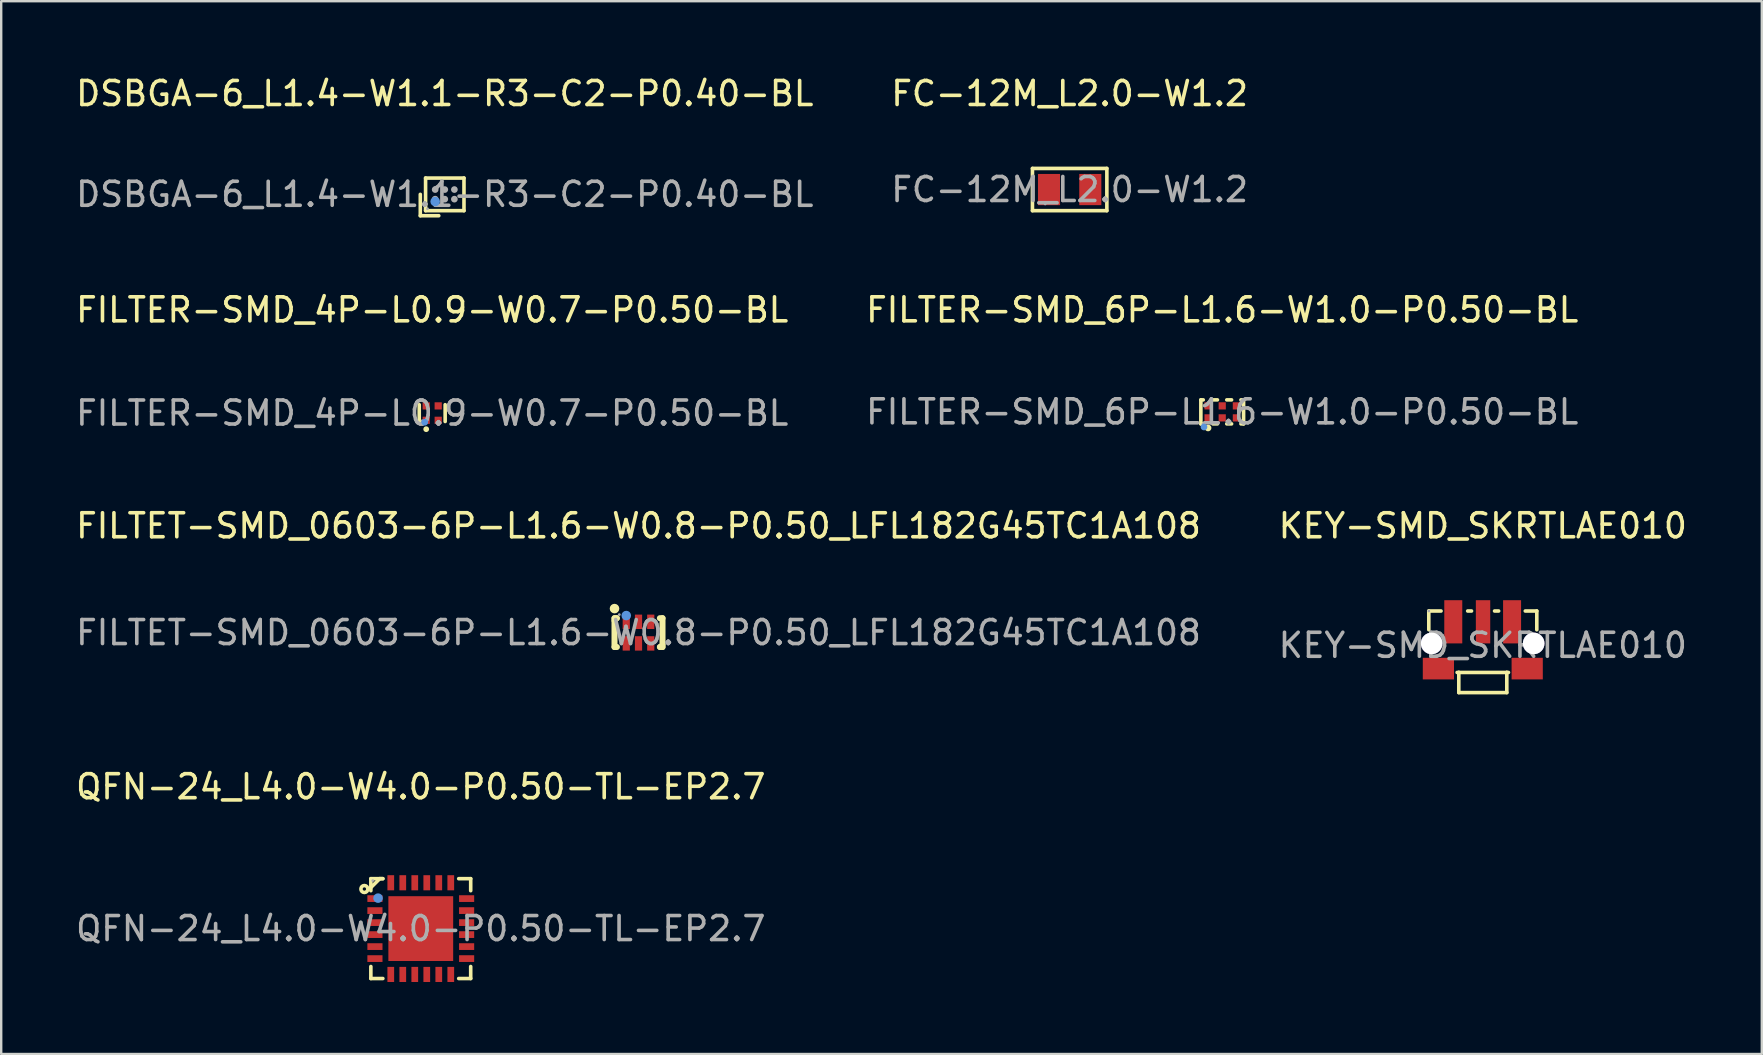
<source format=kicad_pcb>
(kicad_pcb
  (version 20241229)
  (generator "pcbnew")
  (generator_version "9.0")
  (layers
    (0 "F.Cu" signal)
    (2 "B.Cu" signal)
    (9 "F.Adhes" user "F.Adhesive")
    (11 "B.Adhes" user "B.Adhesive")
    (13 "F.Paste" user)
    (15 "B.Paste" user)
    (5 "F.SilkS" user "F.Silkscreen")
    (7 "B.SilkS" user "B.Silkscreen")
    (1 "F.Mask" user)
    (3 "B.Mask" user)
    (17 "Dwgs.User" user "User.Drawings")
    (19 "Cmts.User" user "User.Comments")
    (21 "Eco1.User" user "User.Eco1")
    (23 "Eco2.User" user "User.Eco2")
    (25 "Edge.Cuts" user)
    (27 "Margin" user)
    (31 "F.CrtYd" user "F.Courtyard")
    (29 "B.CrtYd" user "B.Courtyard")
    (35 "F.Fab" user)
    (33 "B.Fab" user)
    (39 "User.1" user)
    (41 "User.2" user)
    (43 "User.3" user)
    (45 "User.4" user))
  (footprint "FILTER-SMD_4P-L0.9-W0.7-P0.50-BL"
    (layer "F.Cu")
    (at 14.958 14.162)
    (property "Reference" "FILTER-SMD_4P-L0.9-W0.7-P0.50-BL" (at 0 -4.3 0) (layer "F.SilkS") (effects (font (size 1 1) (thickness 0.15))))
    (attr smd)
    (fp_line (start -0.54 -0.35) (end -0.54 0.35) (stroke (width 0.15) (type solid)) (layer "F.SilkS"))
    (fp_line (start 0.54 -0.35) (end 0.54 0.35) (stroke (width 0.15) (type solid)) (layer "F.SilkS"))
    (fp_circle (center -0.25 0.67) (end -0.19 0.67) (stroke (width 0.12) (type solid)) (fill no) (layer "F.SilkS"))
    (fp_circle (center -0.31 0.38) (end -0.24 0.38) (stroke (width 0.14) (type solid)) (fill no) (layer "Cmts.User"))
    (fp_circle (center -0.42 0.32) (end -0.39 0.32) (stroke (width 0.06) (type solid)) (fill no) (layer "F.Fab"))
    (fp_text user "${REFERENCE}" (at 0 0 0) (layer "F.Fab") (effects (font (size 1 1) (thickness 0.15))))
    (pad "1" smd rect (at -0.25 0.3 90) (size 0.3 0.3) (layers "F.Cu" "F.Mask" "F.Paste"))
    (pad "2" smd rect (at 0.25 0.3 90) (size 0.3 0.3) (layers "F.Cu" "F.Mask" "F.Paste"))
    (pad "3" smd rect (at 0.25 -0.3 90) (size 0.3 0.3) (layers "F.Cu" "F.Mask" "F.Paste"))
    (pad "4" smd rect (at -0.25 -0.3 90) (size 0.3 0.3) (layers "F.Cu" "F.Mask" "F.Paste")))
  (footprint "FILTER-SMD_6P-L1.6-W1.0-P0.50-BL"
    (layer "F.Cu")
    (at 47.875 14.111)
    (property "Reference" "FILTER-SMD_6P-L1.6-W1.0-P0.50-BL" (at 0 -4.25 0) (layer "F.SilkS") (effects (font (size 1 1) (thickness 0.15))))
    (attr smd)
    (fp_line (start -0.89 -0.5) (end -0.89 0.5) (stroke (width 0.15) (type solid)) (layer "F.SilkS"))
    (fp_line (start -0.89 -0.5) (end -0.79 -0.5) (stroke (width 0.15) (type solid)) (layer "F.SilkS"))
    (fp_line (start -0.89 0.5) (end -0.79 0.5) (stroke (width 0.15) (type solid)) (layer "F.SilkS"))
    (fp_line (start -0.39 -0.5) (end -0.2 -0.5) (stroke (width 0.15) (type solid)) (layer "F.SilkS"))
    (fp_line (start -0.39 0.5) (end -0.2 0.5) (stroke (width 0.15) (type solid)) (layer "F.SilkS"))
    (fp_line (start 0.19 -0.5) (end 0.39 -0.5) (stroke (width 0.15) (type solid)) (layer "F.SilkS"))
    (fp_line (start 0.19 0.5) (end 0.39 0.5) (stroke (width 0.15) (type solid)) (layer "F.SilkS"))
    (fp_line (start 0.78 -0.5) (end 0.89 -0.5) (stroke (width 0.15) (type solid)) (layer "F.SilkS"))
    (fp_line (start 0.78 0.5) (end 0.89 0.5) (stroke (width 0.15) (type solid)) (layer "F.SilkS"))
    (fp_line (start 0.89 -0.5) (end 0.89 0.5) (stroke (width 0.15) (type solid)) (layer "F.SilkS"))
    (fp_circle (center -0.59 0.67) (end -0.52 0.67) (stroke (width 0.14) (type solid)) (fill no) (layer "F.SilkS"))
    (fp_circle (center -0.76 0.63) (end -0.69 0.63) (stroke (width 0.14) (type solid)) (fill no) (layer "Cmts.User"))
    (fp_circle (center -0.8 0.5) (end -0.77 0.5) (stroke (width 0.06) (type solid)) (fill no) (layer "F.Fab"))
    (fp_text user "${REFERENCE}" (at 0 0 0) (layer "F.Fab") (effects (font (size 1 1) (thickness 0.15))))
    (pad "1" smd rect (at -0.59 0.25) (size 0.3 0.3) (layers "F.Cu" "F.Mask" "F.Paste"))
    (pad "2" smd rect (at 0 0.25) (size 0.3 0.3) (layers "F.Cu" "F.Mask" "F.Paste"))
    (pad "3" smd rect (at 0.59 0.25) (size 0.3 0.3) (layers "F.Cu" "F.Mask" "F.Paste"))
    (pad "4" smd rect (at 0.59 -0.25) (size 0.3 0.3) (layers "F.Cu" "F.Mask" "F.Paste"))
    (pad "5" smd rect (at 0 -0.25) (size 0.3 0.3) (layers "F.Cu" "F.Mask" "F.Paste"))
    (pad "6" smd rect (at -0.59 -0.25) (size 0.3 0.3) (layers "F.Cu" "F.Mask" "F.Paste")))
  (footprint "KEY-SMD_SKRTLAE010"
    (layer "F.Cu")
    (at 58.732 23.838)
    (property "Reference" "KEY-SMD_SKRTLAE010" (at 0 -4.98 0) (layer "F.SilkS") (effects (font (size 1 1) (thickness 0.15))))
    (attr smd)
    (fp_line (start -2.25 -1.43) (end -2.25 -0.65) (stroke (width 0.15) (type solid)) (layer "F.SilkS"))
    (fp_line (start -1.74 -1.43) (end -2.25 -1.43) (stroke (width 0.15) (type solid)) (layer "F.SilkS"))
    (fp_line (start -1 1.13) (end -1.07 1.13) (stroke (width 0.15) (type solid)) (layer "F.SilkS"))
    (fp_line (start -1 1.13) (end 1 1.13) (stroke (width 0.15) (type solid)) (layer "F.SilkS"))
    (fp_line (start -1 1.97) (end -1 1.13) (stroke (width 0.15) (type solid)) (layer "F.SilkS"))
    (fp_line (start -0.47 -1.43) (end -0.63 -1.43) (stroke (width 0.15) (type solid)) (layer "F.SilkS"))
    (fp_line (start 0.66 -1.43) (end 0.49 -1.43) (stroke (width 0.15) (type solid)) (layer "F.SilkS"))
    (fp_line (start 1 1.13) (end 1 1.97) (stroke (width 0.15) (type solid)) (layer "F.SilkS"))
    (fp_line (start 1 1.97) (end -1 1.97) (stroke (width 0.15) (type solid)) (layer "F.SilkS"))
    (fp_line (start 1.07 1.13) (end 1 1.13) (stroke (width 0.15) (type solid)) (layer "F.SilkS"))
    (fp_line (start 2.25 -1.43) (end 1.77 -1.43) (stroke (width 0.15) (type solid)) (layer "F.SilkS"))
    (fp_line (start 2.25 -1.43) (end 2.25 -0.65) (stroke (width 0.15) (type solid)) (layer "F.SilkS"))
    (fp_circle (center -2.25 -1.43) (end -2.22 -1.43) (stroke (width 0.06) (type solid)) (fill no) (layer "F.Fab"))
    (fp_text user "${REFERENCE}" (at 0 0 0) (layer "F.Fab") (effects (font (size 1 1) (thickness 0.15))))
    (pad "" thru_hole circle (at -2.13 -0.08) (size 0.9 0.9) (drill 0.9) (layers "*.Cu" "*.Mask"))
    (pad "" thru_hole circle (at 2.12 -0.08) (size 0.9 0.9) (drill 0.9) (layers "*.Cu" "*.Mask"))
    (pad "1" smd rect (at -1.23 -0.98) (size 0.75 1.8) (layers "F.Cu" "F.Mask" "F.Paste"))
    (pad "2" smd rect (at 0.01 -0.98) (size 0.6 1.8) (layers "F.Cu" "F.Mask" "F.Paste"))
    (pad "3" smd rect (at 1.22 -0.98) (size 0.75 1.8) (layers "F.Cu" "F.Mask" "F.Paste"))
    (pad "4" smd rect (at -1.85 0.97 90) (size 0.9 1.3) (layers "F.Cu" "F.Mask" "F.Paste"))
    (pad "5" smd rect (at 1.85 0.97 90) (size 0.9 1.3) (layers "F.Cu" "F.Mask" "F.Paste")))
  (footprint "QFN-24_L4.0-W4.0-P0.50-TL-EP2.7"
    (layer "F.Cu")
    (at 14.482 35.641)
    (property "Reference" "QFN-24_L4.0-W4.0-P0.50-TL-EP2.7" (at 0 -5.91 0) (layer "F.SilkS") (effects (font (size 1 1) (thickness 0.15))))
    (attr smd)
    (fp_line (start -2.08 -2.08) (end -2.08 -1.58) (stroke (width 0.15) (type solid)) (layer "F.SilkS"))
    (fp_line (start -2.08 2.08) (end -2.08 1.58) (stroke (width 0.15) (type solid)) (layer "F.SilkS"))
    (fp_line (start -1.71 -2.08) (end -2.08 -1.71) (stroke (width 0.15) (type solid)) (layer "F.SilkS"))
    (fp_line (start -1.58 -2.08) (end -2.08 -2.08) (stroke (width 0.15) (type solid)) (layer "F.SilkS"))
    (fp_line (start -1.58 -2.08) (end -1.71 -2.08) (stroke (width 0.15) (type solid)) (layer "F.SilkS"))
    (fp_line (start -1.58 2.08) (end -2.08 2.08) (stroke (width 0.15) (type solid)) (layer "F.SilkS"))
    (fp_line (start 1.58 -2.08) (end 2.08 -2.08) (stroke (width 0.15) (type solid)) (layer "F.SilkS"))
    (fp_line (start 1.58 2.08) (end 2.08 2.08) (stroke (width 0.15) (type solid)) (layer "F.SilkS"))
    (fp_line (start 2.08 -2.08) (end 2.08 -1.58) (stroke (width 0.15) (type solid)) (layer "F.SilkS"))
    (fp_line (start 2.08 2.08) (end 2.08 1.58) (stroke (width 0.15) (type solid)) (layer "F.SilkS"))
    (fp_circle (center -2.35 -1.65) (end -2.28 -1.65) (stroke (width 0.15) (type solid)) (fill no) (layer "F.SilkS"))
    (fp_circle (center -1.78 -1.27) (end -1.68 -1.27) (stroke (width 0.2) (type solid)) (fill no) (layer "Cmts.User"))
    (fp_circle (center -2 -2) (end -1.97 -2) (stroke (width 0.06) (type solid)) (fill no) (layer "F.Fab"))
    (fp_text user "${REFERENCE}" (at 0 0 0) (layer "F.Fab") (effects (font (size 1 1) (thickness 0.15))))
    (pad "1" smd rect (at -1.91 -1.25) (size 0.63 0.28) (layers "F.Cu" "F.Mask" "F.Paste"))
    (pad "2" smd rect (at -1.91 -0.75) (size 0.63 0.28) (layers "F.Cu" "F.Mask" "F.Paste"))
    (pad "3" smd rect (at -1.91 -0.25) (size 0.63 0.28) (layers "F.Cu" "F.Mask" "F.Paste"))
    (pad "4" smd rect (at -1.91 0.25) (size 0.63 0.28) (layers "F.Cu" "F.Mask" "F.Paste"))
    (pad "5" smd rect (at -1.91 0.75) (size 0.63 0.28) (layers "F.Cu" "F.Mask" "F.Paste"))
    (pad "6" smd rect (at -1.91 1.25) (size 0.63 0.28) (layers "F.Cu" "F.Mask" "F.Paste"))
    (pad "7" smd rect (at -1.25 1.91) (size 0.28 0.63) (layers "F.Cu" "F.Mask" "F.Paste"))
    (pad "8" smd rect (at -0.75 1.91) (size 0.28 0.63) (layers "F.Cu" "F.Mask" "F.Paste"))
    (pad "9" smd rect (at -0.25 1.91) (size 0.28 0.63) (layers "F.Cu" "F.Mask" "F.Paste"))
    (pad "10" smd rect (at 0.25 1.91) (size 0.28 0.63) (layers "F.Cu" "F.Mask" "F.Paste"))
    (pad "11" smd rect (at 0.75 1.91) (size 0.28 0.63) (layers "F.Cu" "F.Mask" "F.Paste"))
    (pad "12" smd rect (at 1.25 1.91) (size 0.28 0.63) (layers "F.Cu" "F.Mask" "F.Paste"))
    (pad "13" smd rect (at 1.91 1.25) (size 0.63 0.28) (layers "F.Cu" "F.Mask" "F.Paste"))
    (pad "14" smd rect (at 1.91 0.75) (size 0.63 0.28) (layers "F.Cu" "F.Mask" "F.Paste"))
    (pad "15" smd rect (at 1.91 0.25) (size 0.63 0.28) (layers "F.Cu" "F.Mask" "F.Paste"))
    (pad "16" smd rect (at 1.91 -0.25) (size 0.63 0.28) (layers "F.Cu" "F.Mask" "F.Paste"))
    (pad "17" smd rect (at 1.91 -0.75) (size 0.63 0.28) (layers "F.Cu" "F.Mask" "F.Paste"))
    (pad "18" smd rect (at 1.91 -1.25) (size 0.63 0.28) (layers "F.Cu" "F.Mask" "F.Paste"))
    (pad "19" smd rect (at 1.25 -1.91) (size 0.28 0.63) (layers "F.Cu" "F.Mask" "F.Paste"))
    (pad "20" smd rect (at 0.75 -1.91) (size 0.28 0.63) (layers "F.Cu" "F.Mask" "F.Paste"))
    (pad "21" smd rect (at 0.25 -1.91) (size 0.28 0.63) (layers "F.Cu" "F.Mask" "F.Paste"))
    (pad "22" smd rect (at -0.25 -1.91) (size 0.28 0.63) (layers "F.Cu" "F.Mask" "F.Paste"))
    (pad "23" smd rect (at -0.75 -1.91) (size 0.28 0.63) (layers "F.Cu" "F.Mask" "F.Paste"))
    (pad "24" smd rect (at -1.25 -1.91) (size 0.28 0.63) (layers "F.Cu" "F.Mask" "F.Paste"))
    (pad "25" smd rect (at 0 0) (size 2.7 2.7) (layers "F.Cu" "F.Mask" "F.Paste")))
  (footprint "DSBGA-6_L1.4-W1.1-R3-C2-P0.40-BL"
    (layer "F.Cu")
    (at 15.482 5.048)
    (property "Reference" "DSBGA-6_L1.4-W1.1-R3-C2-P0.40-BL" (at 0 -4.2 0) (layer "F.SilkS") (effects (font (size 1 1) (thickness 0.15))))
    (attr smd)
    (fp_line (start -1.02 0) (end -1.02 0.89) (stroke (width 0.15) (type solid)) (layer "F.SilkS"))
    (fp_line (start -1.02 0.89) (end -0.25 0.89) (stroke (width 0.15) (type solid)) (layer "F.SilkS"))
    (fp_line (start -0.8 -0.68) (end 0.8 -0.68) (stroke (width 0.15) (type solid)) (layer "F.SilkS"))
    (fp_line (start -0.8 0.68) (end -0.8 -0.68) (stroke (width 0.15) (type solid)) (layer "F.SilkS"))
    (fp_line (start 0.8 -0.68) (end 0.8 0.68) (stroke (width 0.15) (type solid)) (layer "F.SilkS"))
    (fp_line (start 0.8 0.68) (end -0.8 0.68) (stroke (width 0.15) (type solid)) (layer "F.SilkS"))
    (fp_circle (center -0.4 0.3) (end -0.3 0.3) (stroke (width 0.2) (type solid)) (fill no) (layer "Cmts.User"))
    (fp_circle (center -0.72 0.6) (end -0.69 0.6) (stroke (width 0.06) (type solid)) (fill no) (layer "F.Fab"))
    (fp_circle (center -0.4 -0.2) (end -0.33 -0.2) (stroke (width 0.14) (type solid)) (fill no) (layer "F.Fab"))
    (fp_circle (center -0.4 0.2) (end -0.33 0.2) (stroke (width 0.14) (type solid)) (fill no) (layer "F.Fab"))
    (fp_circle (center 0 -0.2) (end 0.07 -0.2) (stroke (width 0.14) (type solid)) (fill no) (layer "F.Fab"))
    (fp_circle (center 0 0.2) (end 0.07 0.2) (stroke (width 0.14) (type solid)) (fill no) (layer "F.Fab"))
    (fp_circle (center 0.4 -0.2) (end 0.47 -0.2) (stroke (width 0.14) (type solid)) (fill no) (layer "F.Fab"))
    (fp_circle (center 0.4 0.2) (end 0.47 0.2) (stroke (width 0.14) (type solid)) (fill no) (layer "F.Fab"))
    (fp_text user "${REFERENCE}" (at 0 0 0) (layer "F.Fab") (effects (font (size 1 1) (thickness 0.15))))
    (pad "A1" smd circle (at -0.4 0.2) (size 0.22 0.22) (layers "F.Cu" "F.Mask" "F.Paste"))
    (pad "A2" smd circle (at -0.4 -0.2) (size 0.22 0.22) (layers "F.Cu" "F.Mask" "F.Paste"))
    (pad "B1" smd circle (at 0 0.2) (size 0.22 0.22) (layers "F.Cu" "F.Mask" "F.Paste"))
    (pad "B2" smd circle (at 0 -0.2) (size 0.22 0.22) (layers "F.Cu" "F.Mask" "F.Paste"))
    (pad "C1" smd circle (at 0.4 0.2) (size 0.22 0.22) (layers "F.Cu" "F.Mask" "F.Paste"))
    (pad "C2" smd circle (at 0.4 -0.2) (size 0.22 0.22) (layers "F.Cu" "F.Mask" "F.Paste")))
  (footprint "FILTET-SMD_0603-6P-L1.6-W0.8-P0.50_LFL182G45TC1A108"
    (layer "F.Cu")
    (at 23.554 23.308)
    (property "Reference" "FILTET-SMD_0603-6P-L1.6-W0.8-P0.50_LFL182G45TC1A108" (at 0 -4.45 0) (layer "F.SilkS") (effects (font (size 1 1) (thickness 0.15))))
    (attr smd)
    (fp_line (start -1 -0.6) (end -0.91 -0.6) (stroke (width 0.25) (type solid)) (layer "F.SilkS"))
    (fp_line (start -1 -0.5) (end -1 -0.6) (stroke (width 0.25) (type solid)) (layer "F.SilkS"))
    (fp_line (start -1 0.6) (end -1 -0.5) (stroke (width 0.25) (type solid)) (layer "F.SilkS"))
    (fp_line (start -0.91 -0.6) (end -0.9 -0.6) (stroke (width 0.25) (type solid)) (layer "F.SilkS"))
    (fp_line (start -0.9 0.6) (end -1 0.6) (stroke (width 0.25) (type solid)) (layer "F.SilkS"))
    (fp_line (start 0.89 -0.6) (end 1 -0.6) (stroke (width 0.25) (type solid)) (layer "F.SilkS"))
    (fp_line (start 0.9 0.6) (end 0.89 0.6) (stroke (width 0.25) (type solid)) (layer "F.SilkS"))
    (fp_line (start 1 -0.6) (end 1 0.5) (stroke (width 0.25) (type solid)) (layer "F.SilkS"))
    (fp_line (start 1 0.5) (end 1 0.6) (stroke (width 0.25) (type solid)) (layer "F.SilkS"))
    (fp_line (start 1 0.6) (end 0.9 0.6) (stroke (width 0.25) (type solid)) (layer "F.SilkS"))
    (fp_circle (center -1 -1) (end -0.9 -1) (stroke (width 0.2) (type solid)) (fill no) (layer "F.SilkS"))
    (fp_circle (center -0.51 -0.71) (end -0.41 -0.71) (stroke (width 0.2) (type solid)) (fill no) (layer "Cmts.User"))
    (fp_circle (center -0.8 -0.75) (end -0.77 -0.75) (stroke (width 0.06) (type solid)) (fill no) (layer "F.Fab"))
    (fp_text user "${REFERENCE}" (at 0 0 0) (layer "F.Fab") (effects (font (size 1 1) (thickness 0.15))))
    (pad "1" smd rect (at -0.51 -0.45) (size 0.3 0.6) (layers "F.Cu" "F.Mask" "F.Paste"))
    (pad "2" smd rect (at 0 -0.45) (size 0.3 0.6) (layers "F.Cu" "F.Mask" "F.Paste"))
    (pad "3" smd rect (at 0.51 -0.45) (size 0.3 0.6) (layers "F.Cu" "F.Mask" "F.Paste"))
    (pad "4" smd rect (at 0.51 0.45) (size 0.3 0.6) (layers "F.Cu" "F.Mask" "F.Paste"))
    (pad "5" smd rect (at 0 0.45) (size 0.3 0.6) (layers "F.Cu" "F.Mask" "F.Paste"))
    (pad "6" smd rect (at -0.51 0.45) (size 0.3 0.6) (layers "F.Cu" "F.Mask" "F.Paste")))
  (footprint "FC-12M_L2.0-W1.2"
    (layer "F.Cu")
    (at 41.518 4.848)
    (property "Reference" "FC-12M_L2.0-W1.2" (at 0 -4 0) (layer "F.SilkS") (effects (font (size 1 1) (thickness 0.15))))
    (attr smd)
    (fp_line (start -1.55 -0.88) (end 1.55 -0.88) (stroke (width 0.15) (type solid)) (layer "F.SilkS"))
    (fp_line (start -1.55 0.88) (end -1.55 -0.88) (stroke (width 0.15) (type solid)) (layer "F.SilkS"))
    (fp_line (start 1.55 -0.88) (end 1.55 0.88) (stroke (width 0.15) (type solid)) (layer "F.SilkS"))
    (fp_line (start 1.55 0.88) (end -1.55 0.88) (stroke (width 0.15) (type solid)) (layer "F.SilkS"))
    (fp_circle (center -1.02 0.6) (end -0.99 0.6) (stroke (width 0.06) (type solid)) (fill no) (layer "F.Fab"))
    (fp_text user "${REFERENCE}" (at 0 0 0) (layer "F.Fab") (effects (font (size 1 1) (thickness 0.15))))
    (pad "1" smd rect (at -0.86 0) (size 0.92 1.3) (layers "F.Cu" "F.Mask" "F.Paste"))
    (pad "2" smd rect (at 0.86 0) (size 0.92 1.3) (layers "F.Cu" "F.Mask" "F.Paste")))
  (gr_rect
    (start -3 -3)
    (end 70.357 40.866)
    (stroke (width 0.1) (type default))
    (fill no)
    (layer "Edge.Cuts")))
</source>
